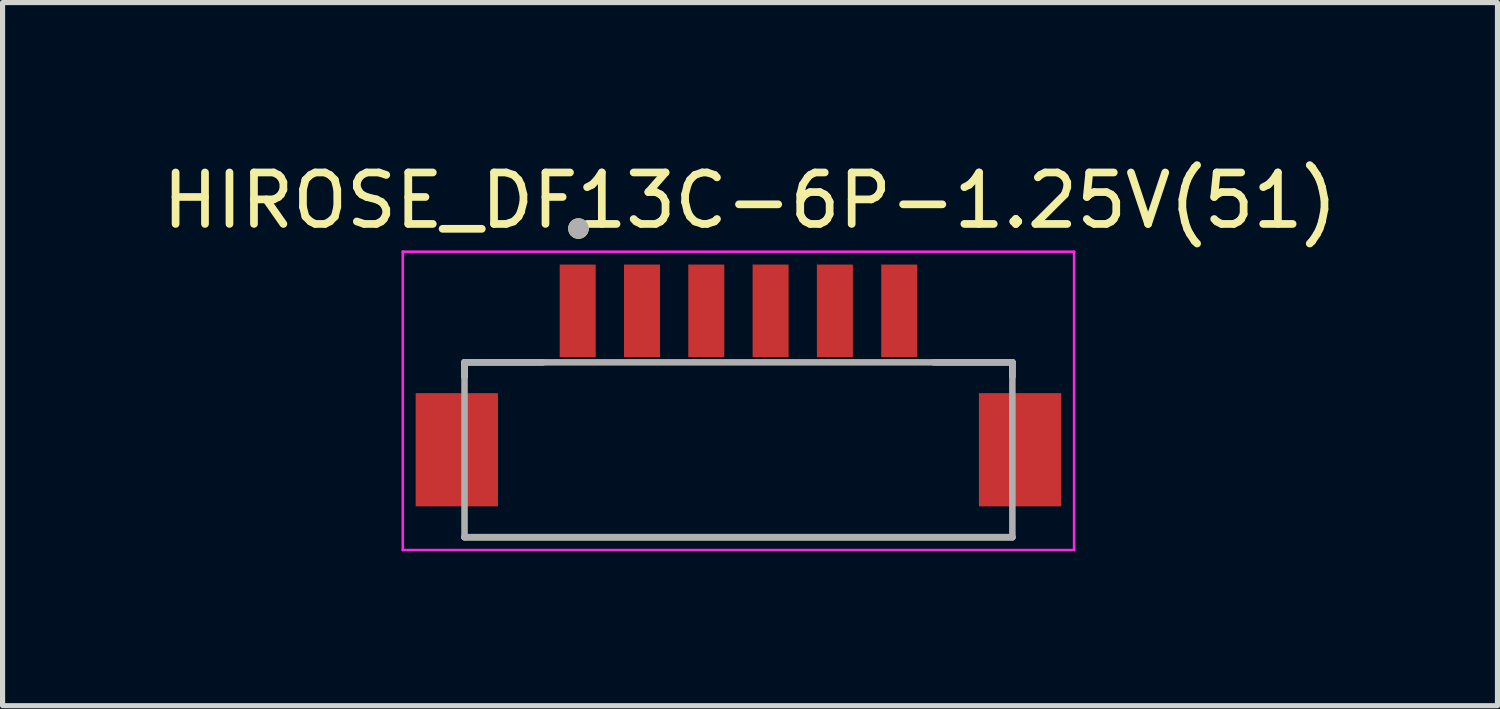
<source format=kicad_pcb>
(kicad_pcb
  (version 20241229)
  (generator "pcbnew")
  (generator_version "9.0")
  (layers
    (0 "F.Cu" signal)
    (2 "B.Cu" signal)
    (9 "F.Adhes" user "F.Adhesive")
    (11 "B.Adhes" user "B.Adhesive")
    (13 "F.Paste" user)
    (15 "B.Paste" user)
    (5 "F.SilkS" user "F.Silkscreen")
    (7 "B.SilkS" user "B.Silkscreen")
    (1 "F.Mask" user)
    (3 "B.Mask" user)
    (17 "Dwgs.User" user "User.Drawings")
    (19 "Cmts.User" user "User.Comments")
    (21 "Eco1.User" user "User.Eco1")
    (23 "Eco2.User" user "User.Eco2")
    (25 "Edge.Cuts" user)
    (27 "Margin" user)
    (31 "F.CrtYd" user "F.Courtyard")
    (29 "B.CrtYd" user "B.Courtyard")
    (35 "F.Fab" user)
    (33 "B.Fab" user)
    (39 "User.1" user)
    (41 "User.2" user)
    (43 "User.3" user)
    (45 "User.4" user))
  (footprint "HIROSE_DF13C-6P-1.25V(51)"
    (layer "F.Cu")
    (at 11.305 5.693)
    (property "Reference" "HIROSE_DF13C-6P-1.25V(51)" (at 0.225 -4.845 0) (layer "F.SilkS") (effects (font (size 1 1) (thickness 0.15))))
    (attr smd)
    (fp_line (start -5.325 -1.7) (end -3.8 -1.7) (stroke (width 0.127) (type solid)) (layer "F.SilkS"))
    (fp_line (start -5.325 -1.42) (end -5.325 -1.7) (stroke (width 0.127) (type solid)) (layer "F.SilkS"))
    (fp_line (start -5.325 1.7) (end 5.325 1.7) (stroke (width 0.127) (type solid)) (layer "F.SilkS"))
    (fp_line (start 5.325 -1.7) (end 3.8 -1.7) (stroke (width 0.127) (type solid)) (layer "F.SilkS"))
    (fp_line (start 5.325 -1.42) (end 5.325 -1.7) (stroke (width 0.127) (type solid)) (layer "F.SilkS"))
    (fp_circle (center -3.11 -4.3) (end -3.01 -4.3) (stroke (width 0.2) (type solid)) (fill no) (layer "F.SilkS"))
    (fp_line (start -6.525 -3.85) (end -6.525 1.95) (stroke (width 0.05) (type solid)) (layer "F.CrtYd"))
    (fp_line (start -6.525 1.95) (end 6.525 1.95) (stroke (width 0.05) (type solid)) (layer "F.CrtYd"))
    (fp_line (start 6.525 -3.85) (end -6.525 -3.85) (stroke (width 0.05) (type solid)) (layer "F.CrtYd"))
    (fp_line (start 6.525 1.95) (end 6.525 -3.85) (stroke (width 0.05) (type solid)) (layer "F.CrtYd"))
    (fp_line (start -5.325 -1.7) (end 5.325 -1.7) (stroke (width 0.127) (type solid)) (layer "F.Fab"))
    (fp_line (start -5.325 1.7) (end -5.325 -1.7) (stroke (width 0.127) (type solid)) (layer "F.Fab"))
    (fp_line (start -5.325 1.7) (end 5.325 1.7) (stroke (width 0.127) (type solid)) (layer "F.Fab"))
    (fp_line (start 5.325 -1.7) (end 5.325 1.7) (stroke (width 0.127) (type solid)) (layer "F.Fab"))
    (fp_circle (center -3.11 -4.3) (end -3.01 -4.3) (stroke (width 0.2) (type solid)) (fill no) (layer "F.Fab"))
    (pad "1" smd rect (at -3.125 -2.7) (size 0.7 1.8) (layers "F.Cu" "F.Mask" "F.Paste"))
    (pad "2" smd rect (at -1.875 -2.7) (size 0.7 1.8) (layers "F.Cu" "F.Mask" "F.Paste"))
    (pad "3" smd rect (at -0.625 -2.7) (size 0.7 1.8) (layers "F.Cu" "F.Mask" "F.Paste"))
    (pad "4" smd rect (at 0.625 -2.7) (size 0.7 1.8) (layers "F.Cu" "F.Mask" "F.Paste"))
    (pad "5" smd rect (at 1.875 -2.7) (size 0.7 1.8) (layers "F.Cu" "F.Mask" "F.Paste"))
    (pad "6" smd rect (at 3.125 -2.7) (size 0.7 1.8) (layers "F.Cu" "F.Mask" "F.Paste"))
    (pad "S1" smd rect (at -5.475 0) (size 1.6 2.2) (layers "F.Cu" "F.Mask" "F.Paste"))
    (pad "S2" smd rect (at 5.475 0) (size 1.6 2.2) (layers "F.Cu" "F.Mask" "F.Paste"))
    (zone (net_name "") (layer "F.Cu") (hatch full 0.508) (connect_pads) (min_thickness 0.01) (filled_areas_thickness no) (keepout (tracks not_allowed) (vias not_allowed) (pads not_allowed) (copperpour not_allowed) (footprints allowed)) (placement (enabled no)) (fill) (polygon (pts (xy 7.83 3.993) (xy 14.78 3.993) (xy 14.78 6.363) (xy 7.83 6.363))))
    (zone (net_name "") (layers "F.Cu" "B.Cu") (hatch full 0.508) (connect_pads) (min_thickness 0.01) (filled_areas_thickness no) (keepout (tracks allowed) (vias not_allowed) (pads allowed) (copperpour allowed) (footprints allowed)) (placement (enabled no)) (fill) (polygon (pts (xy 7.83 3.993) (xy 14.78 3.993) (xy 14.78 6.363) (xy 7.83 6.363)))))
  (gr_rect
    (start -3 -3)
    (end 26.06 10.668)
    (stroke (width 0.1) (type default))
    (fill no)
    (layer "Edge.Cuts")))
</source>
